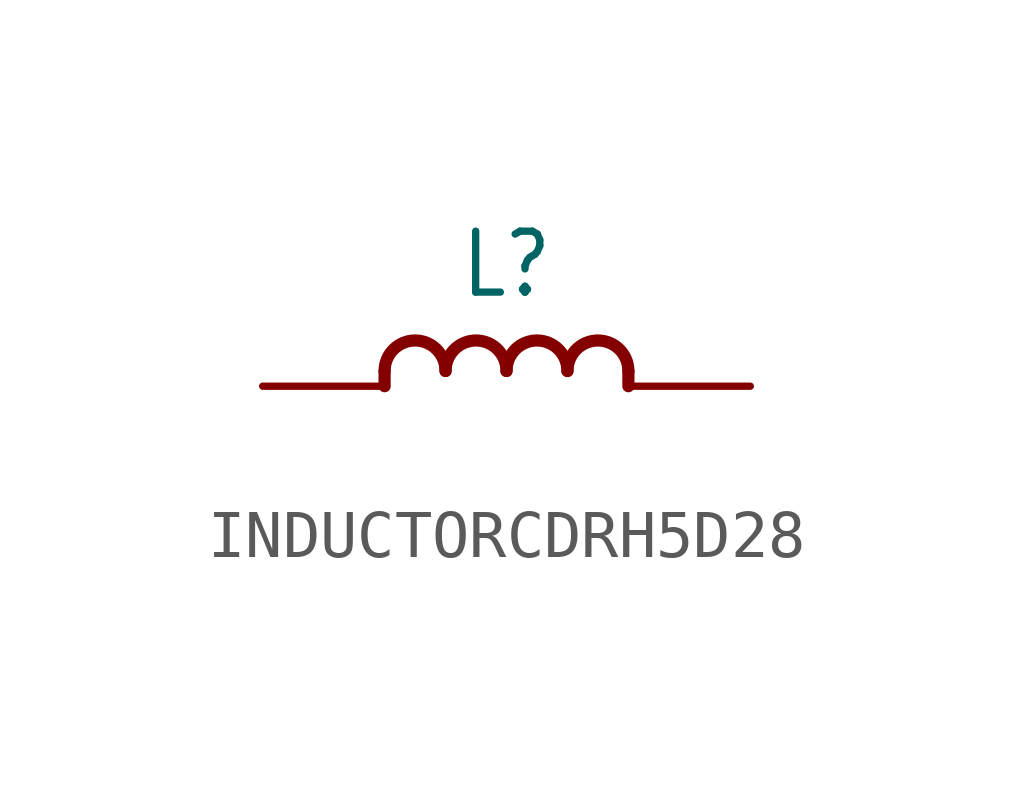
<source format=kicad_sym>
(kicad_symbol_lib
  (version 20241209)
  (generator "kicad_symbol_editor")
  (generator_version "9.0")
  (symbol "INDUCTORCDRH5D28"
    (property "Reference" "L"
      (at 0 2.54 0)
      (effects (font (size 1.27 1.079))))
    (property "Value" ""
      (at 0 -1.54 0)
      (effects (font (size 1.27 1.079))))
    (property "ki_locked" ""
      (at 0 0 0)
      (effects (font (size 1.27 1.27))))
    (symbol "INDUCTORCDRH5D28_1_0"
      (polyline (pts (xy -2.54 0.318) (xy -2.54 0)) (stroke (width 0.254) (type solid)) (fill (type none)))
      (arc (start -2.54 0.3175) (mid -1.905 0.9525) (end -1.27 0.3175) (stroke (width 0.254) (type solid)) (fill (type none)))
      (arc (start -1.27 0.3175) (mid -0.635 0.9525) (end 0 0.3175) (stroke (width 0.254) (type solid)) (fill (type none)))
      (arc (start 0 0.3175) (mid 0.635 0.9525) (end 1.27 0.3175) (stroke (width 0.254) (type solid)) (fill (type none)))
      (arc (start 1.27 0.3175) (mid 1.905 0.9525) (end 2.54 0.3175) (stroke (width 0.254) (type solid)) (fill (type none)))
      (polyline (pts (xy 2.54 0.318) (xy 2.54 0)) (stroke (width 0.254) (type solid)) (fill (type none)))
      (pin passive line (at -5.08 0 0) (length 2.54) (name "1" (effects (font (size 0 0)))) (number "P$1" (effects (font (size 0 0)))))
      (pin passive line (at 5.08 0 180) (length 2.54) (name "2" (effects (font (size 0 0)))) (number "P$2" (effects (font (size 0 0))))))))
</source>
